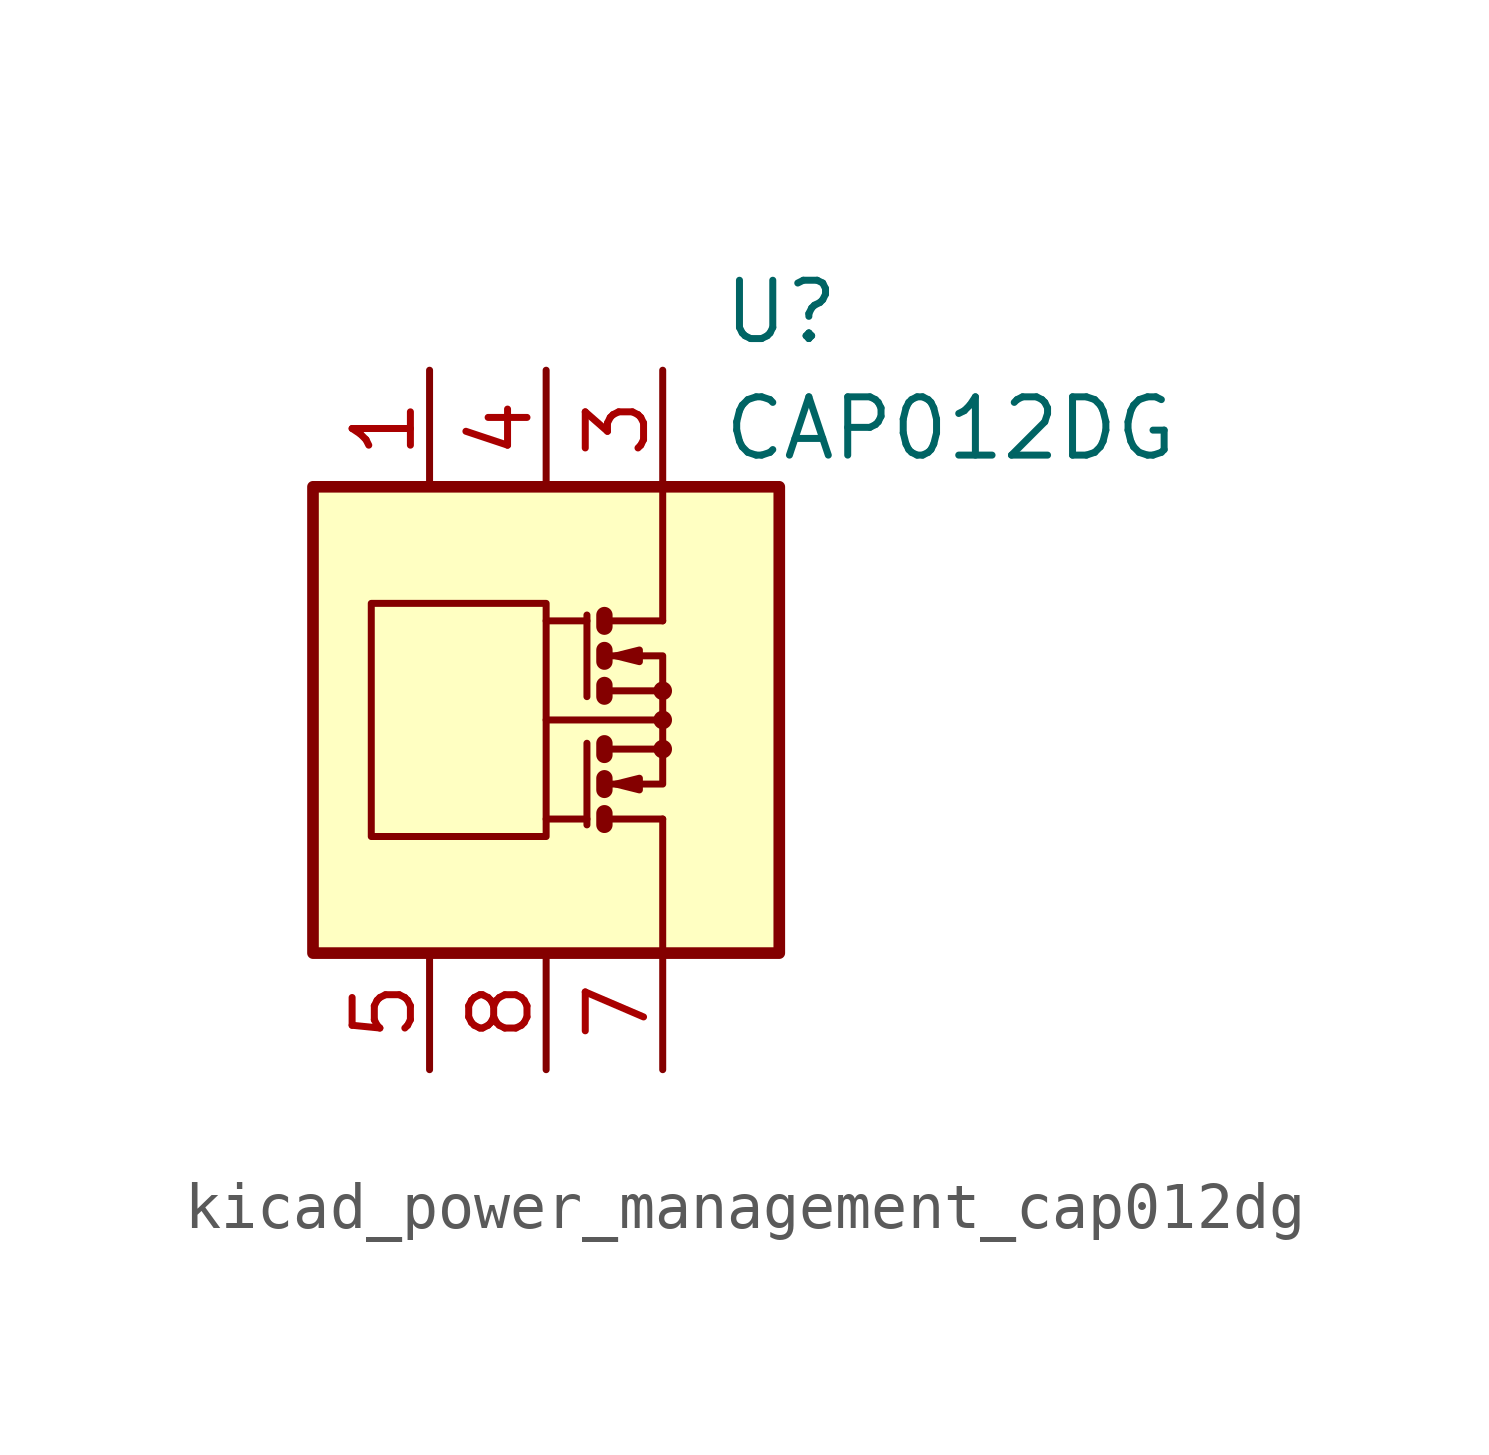
<source format=kicad_sym>
(kicad_symbol_lib
  (version 20220914)
  (generator kicad_symbol_editor)
  (symbol "kicad_power_management_cap012dg"
    (pin_names
      (offset 1.27))
    (property "Reference" "U"
      (at 3.81 8.89 0)
      (effects (font (size 1.27 1.27)) (justify left)))
    (property "Value" "CAP012DG"
      (at 3.81 6.35 0)
      (effects (font (size 1.27 1.27)) (justify left)))
    (symbol "kicad_power_management_cap012dg_0_1"
      (rectangle (start -5.08 5.08) (end 5.08 -5.08) (stroke (width 0.254) (type default)) (fill (type background)))
      (rectangle (start -3.81 2.54) (end 0 -2.54) (stroke (width 0) (type default)) (fill (type none)))
      (polyline (pts (xy 0.889 -2.159) (xy 0 -2.159)) (stroke (width 0) (type default)) (fill (type none)))
      (polyline (pts (xy 0.889 -0.508) (xy 0.889 -2.286)) (stroke (width 0) (type default)) (fill (type none)))
      (polyline (pts (xy 0.889 2.159) (xy 0 2.159)) (stroke (width 0) (type default)) (fill (type none)))
      (polyline (pts (xy 0.889 2.286) (xy 0.889 0.508)) (stroke (width 0) (type default)) (fill (type none)))
      (polyline (pts (xy 1.27 -2.159) (xy 2.54 -2.159)) (stroke (width 0) (type default)) (fill (type none)))
      (polyline (pts (xy 1.27 2.159) (xy 2.54 2.159)) (stroke (width 0) (type default)) (fill (type none)))
      (polyline (pts (xy 2.413 0) (xy 0 0)) (stroke (width 0) (type default)) (fill (type none)))
      (polyline (pts (xy 2.54 -2.159) (xy 2.54 -5.08)) (stroke (width 0) (type default)) (fill (type none)))
      (polyline (pts (xy 1.27 -2.032) (xy 1.27 -2.286) (xy 1.27 -2.286)) (stroke (width 0.356) (type default)) (fill (type none)))
      (polyline (pts (xy 1.27 -1.27) (xy 1.27 -1.524) (xy 1.27 -1.524)) (stroke (width 0.356) (type default)) (fill (type none)))
      (polyline (pts (xy 1.27 0.762) (xy 1.27 0.508) (xy 1.27 0.508)) (stroke (width 0.356) (type default)) (fill (type none)))
      (polyline (pts (xy 1.27 1.524) (xy 1.27 1.27) (xy 1.27 1.27)) (stroke (width 0.356) (type default)) (fill (type none)))
      (polyline (pts (xy 1.27 2.286) (xy 1.27 2.032) (xy 1.27 2.032)) (stroke (width 0.356) (type default)) (fill (type none)))
      (polyline (pts (xy 1.397 -1.397) (xy 2.54 -1.397) (xy 2.54 -0.635)) (stroke (width 0) (type default)) (fill (type none)))
      (polyline (pts (xy 1.397 1.397) (xy 2.54 1.397) (xy 2.54 0.635)) (stroke (width 0) (type default)) (fill (type none)))
      (polyline (pts (xy 2.54 2.159) (xy 2.54 5.08) (xy 2.54 3.175)) (stroke (width 0) (type default)) (fill (type none)))
      (polyline (pts (xy 1.397 -0.635) (xy 2.54 -0.635) (xy 2.54 0.635) (xy 1.397 0.635)) (stroke (width 0) (type default)) (fill (type none)))
      (polyline (pts (xy 1.524 -1.397) (xy 2.032 -1.27) (xy 2.032 -1.524) (xy 1.524 -1.397)) (stroke (width 0) (type default)) (fill (type none)))
      (polyline (pts (xy 1.524 1.397) (xy 2.032 1.524) (xy 2.032 1.27) (xy 1.524 1.397)) (stroke (width 0) (type default)) (fill (type none)))
      (circle (center 2.54 -0.635) (radius 0.127) (stroke (width 0) (type default)) (fill (type none)))
      (circle (center 2.54 0) (radius 0.127) (stroke (width 0) (type default)) (fill (type none)))
      (circle (center 2.54 0.635) (radius 0.127) (stroke (width 0) (type default)) (fill (type none))))
    (symbol "kicad_power_management_cap012dg_1_1"
      (polyline (pts (xy 1.27 -0.508) (xy 1.27 -0.762)) (stroke (width 0.356) (type default)) (fill (type none)))
      (pin passive line (at -2.54 7.62 270) (length 2.54) (name "~" (effects (font (size 1.27 1.27)))) (number "1" (effects (font (size 1.27 1.27)))))
      (pin passive line (at 2.54 7.62 270) (length 2.54) hide (name "~" (effects (font (size 1.27 1.27)))) (number "2" (effects (font (size 1.27 1.27)))))
      (pin passive line (at 2.54 7.62 270) (length 2.54) (name "~" (effects (font (size 1.27 1.27)))) (number "3" (effects (font (size 1.27 1.27)))))
      (pin passive line (at 0 7.62 270) (length 2.54) (name "~" (effects (font (size 1.27 1.27)))) (number "4" (effects (font (size 1.27 1.27)))))
      (pin passive line (at -2.54 -7.62 90) (length 2.54) (name "~" (effects (font (size 1.27 1.27)))) (number "5" (effects (font (size 1.27 1.27)))))
      (pin passive line (at 2.54 -7.62 90) (length 2.54) hide (name "~" (effects (font (size 1.27 1.27)))) (number "6" (effects (font (size 1.27 1.27)))))
      (pin passive line (at 2.54 -7.62 90) (length 2.54) (name "~" (effects (font (size 1.27 1.27)))) (number "7" (effects (font (size 1.27 1.27)))))
      (pin passive line (at 0 -7.62 90) (length 2.54) (name "~" (effects (font (size 1.27 1.27)))) (number "8" (effects (font (size 1.27 1.27))))))))
</source>
